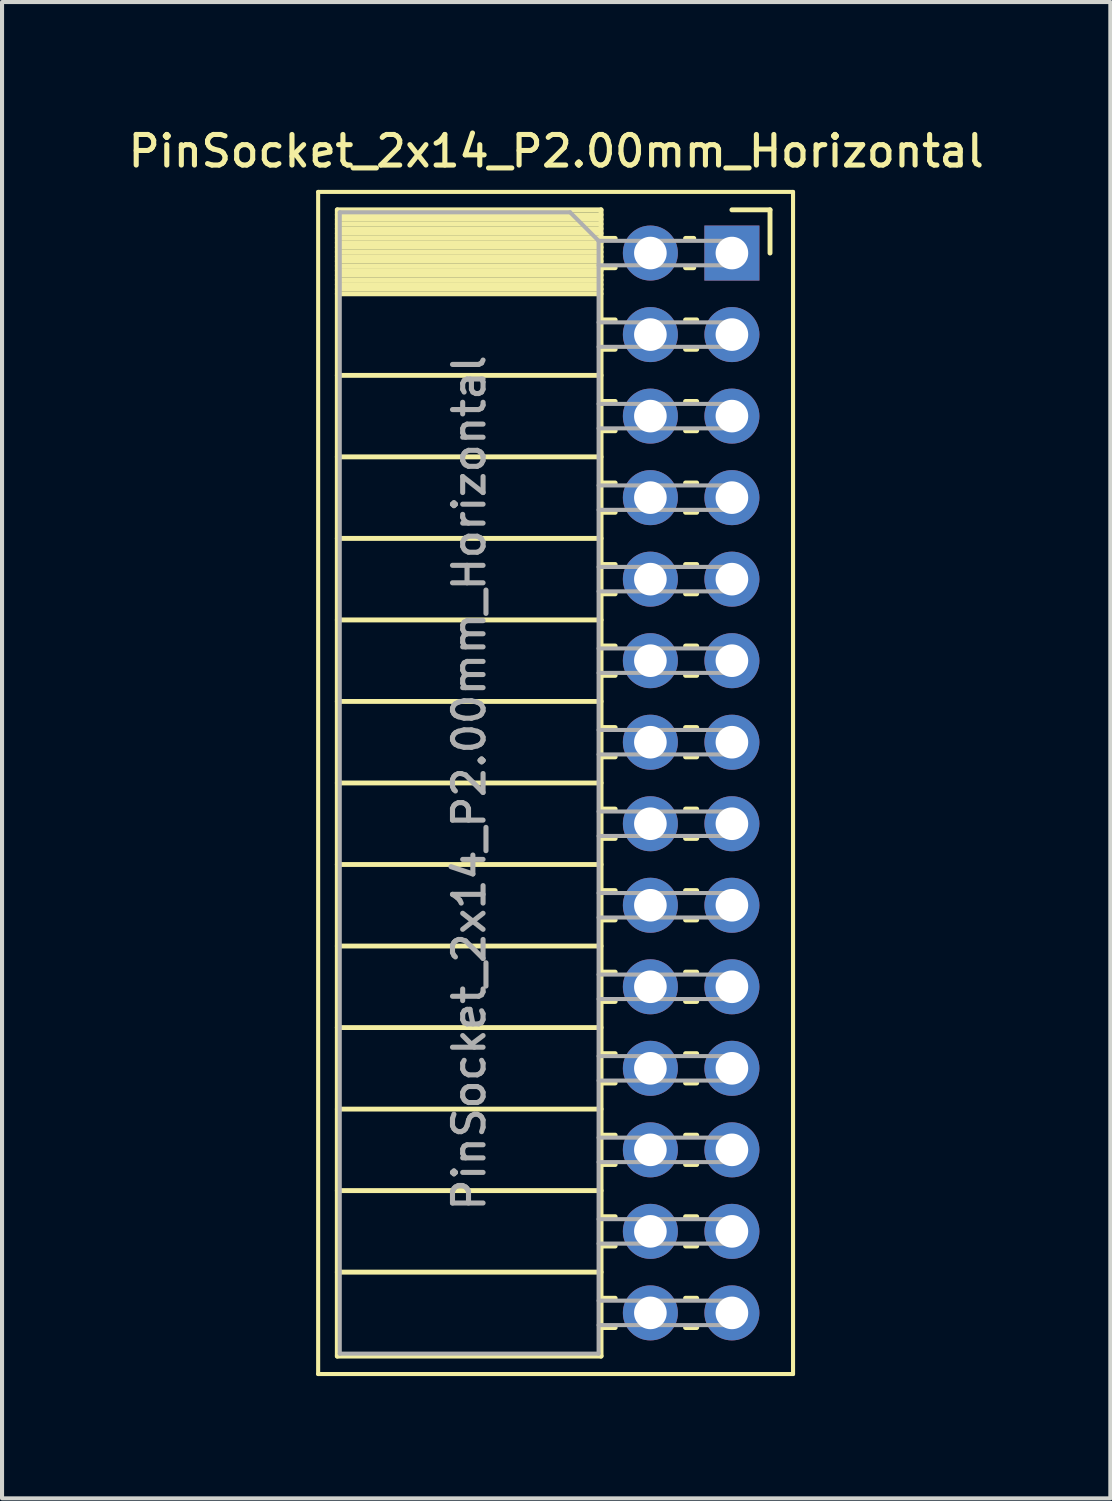
<source format=kicad_pcb>
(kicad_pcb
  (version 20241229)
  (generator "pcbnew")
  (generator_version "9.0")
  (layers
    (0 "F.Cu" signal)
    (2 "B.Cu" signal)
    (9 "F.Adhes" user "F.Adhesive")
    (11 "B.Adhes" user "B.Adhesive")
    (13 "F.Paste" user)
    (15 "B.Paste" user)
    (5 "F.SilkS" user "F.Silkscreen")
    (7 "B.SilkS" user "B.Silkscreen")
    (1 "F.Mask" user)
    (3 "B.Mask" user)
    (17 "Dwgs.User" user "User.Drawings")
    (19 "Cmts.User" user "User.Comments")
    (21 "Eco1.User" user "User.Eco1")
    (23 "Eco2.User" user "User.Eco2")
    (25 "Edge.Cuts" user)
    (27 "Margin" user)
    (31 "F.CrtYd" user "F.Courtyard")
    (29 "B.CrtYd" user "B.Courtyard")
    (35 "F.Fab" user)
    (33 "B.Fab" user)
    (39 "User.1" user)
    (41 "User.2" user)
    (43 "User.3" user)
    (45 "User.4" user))
  (footprint "PinSocket_2x14_P2.00mm_Horizontal"
    (layer "F.Cu")
    (at 14.905 3.158)
    (property "Reference" "PinSocket_2x14_P2.00mm_Horizontal" (at -4.31 -2.5 0) (layer "F.SilkS") (effects (font (size 0.75 0.75) (thickness 0.125))))
    (attr through_hole)
    (fp_line (start -10.15 -1.5) (end -10.15 27.5) (stroke (width 0.1) (type solid)) (layer "F.SilkS"))
    (fp_line (start -10.15 27.5) (end 1.5 27.5) (stroke (width 0.1) (type solid)) (layer "F.SilkS"))
    (fp_line (start -9.68 -1.06) (end -9.68 27.06) (stroke (width 0.12) (type solid)) (layer "F.SilkS"))
    (fp_line (start -9.68 -1.06) (end -3.21 -1.06) (stroke (width 0.12) (type solid)) (layer "F.SilkS"))
    (fp_line (start -9.68 -0.94) (end -3.21 -0.94) (stroke (width 0.12) (type solid)) (layer "F.SilkS"))
    (fp_line (start -9.68 -0.826) (end -3.21 -0.826) (stroke (width 0.12) (type solid)) (layer "F.SilkS"))
    (fp_line (start -9.68 -0.712) (end -3.21 -0.712) (stroke (width 0.12) (type solid)) (layer "F.SilkS"))
    (fp_line (start -9.68 -0.598) (end -3.21 -0.598) (stroke (width 0.12) (type solid)) (layer "F.SilkS"))
    (fp_line (start -9.68 -0.484) (end -3.21 -0.484) (stroke (width 0.12) (type solid)) (layer "F.SilkS"))
    (fp_line (start -9.68 -0.369) (end -3.21 -0.369) (stroke (width 0.12) (type solid)) (layer "F.SilkS"))
    (fp_line (start -9.68 -0.255) (end -3.21 -0.255) (stroke (width 0.12) (type solid)) (layer "F.SilkS"))
    (fp_line (start -9.68 -0.141) (end -3.21 -0.141) (stroke (width 0.12) (type solid)) (layer "F.SilkS"))
    (fp_line (start -9.68 -0.027) (end -3.21 -0.027) (stroke (width 0.12) (type solid)) (layer "F.SilkS"))
    (fp_line (start -9.68 0.087) (end -3.21 0.087) (stroke (width 0.12) (type solid)) (layer "F.SilkS"))
    (fp_line (start -9.68 0.201) (end -3.21 0.201) (stroke (width 0.12) (type solid)) (layer "F.SilkS"))
    (fp_line (start -9.68 0.315) (end -3.21 0.315) (stroke (width 0.12) (type solid)) (layer "F.SilkS"))
    (fp_line (start -9.68 0.429) (end -3.21 0.429) (stroke (width 0.12) (type solid)) (layer "F.SilkS"))
    (fp_line (start -9.68 0.544) (end -3.21 0.544) (stroke (width 0.12) (type solid)) (layer "F.SilkS"))
    (fp_line (start -9.68 0.658) (end -3.21 0.658) (stroke (width 0.12) (type solid)) (layer "F.SilkS"))
    (fp_line (start -9.68 0.772) (end -3.21 0.772) (stroke (width 0.12) (type solid)) (layer "F.SilkS"))
    (fp_line (start -9.68 0.886) (end -3.21 0.886) (stroke (width 0.12) (type solid)) (layer "F.SilkS"))
    (fp_line (start -9.68 1) (end -3.21 1) (stroke (width 0.12) (type solid)) (layer "F.SilkS"))
    (fp_line (start -9.68 3) (end -3.21 3) (stroke (width 0.12) (type solid)) (layer "F.SilkS"))
    (fp_line (start -9.68 5) (end -3.21 5) (stroke (width 0.12) (type solid)) (layer "F.SilkS"))
    (fp_line (start -9.68 7) (end -3.21 7) (stroke (width 0.12) (type solid)) (layer "F.SilkS"))
    (fp_line (start -9.68 9) (end -3.21 9) (stroke (width 0.12) (type solid)) (layer "F.SilkS"))
    (fp_line (start -9.68 11) (end -3.21 11) (stroke (width 0.12) (type solid)) (layer "F.SilkS"))
    (fp_line (start -9.68 13) (end -3.21 13) (stroke (width 0.12) (type solid)) (layer "F.SilkS"))
    (fp_line (start -9.68 15) (end -3.21 15) (stroke (width 0.12) (type solid)) (layer "F.SilkS"))
    (fp_line (start -9.68 17) (end -3.21 17) (stroke (width 0.12) (type solid)) (layer "F.SilkS"))
    (fp_line (start -9.68 19) (end -3.21 19) (stroke (width 0.12) (type solid)) (layer "F.SilkS"))
    (fp_line (start -9.68 21) (end -3.21 21) (stroke (width 0.12) (type solid)) (layer "F.SilkS"))
    (fp_line (start -9.68 23) (end -3.21 23) (stroke (width 0.12) (type solid)) (layer "F.SilkS"))
    (fp_line (start -9.68 25) (end -3.21 25) (stroke (width 0.12) (type solid)) (layer "F.SilkS"))
    (fp_line (start -9.68 27.06) (end -3.21 27.06) (stroke (width 0.12) (type solid)) (layer "F.SilkS"))
    (fp_line (start -3.21 -1.06) (end -3.21 27.06) (stroke (width 0.12) (type solid)) (layer "F.SilkS"))
    (fp_line (start -3.21 -0.36) (end -2.863 -0.36) (stroke (width 0.12) (type solid)) (layer "F.SilkS"))
    (fp_line (start -3.21 0.36) (end -2.863 0.36) (stroke (width 0.12) (type solid)) (layer "F.SilkS"))
    (fp_line (start -3.21 1.64) (end -2.863 1.64) (stroke (width 0.12) (type solid)) (layer "F.SilkS"))
    (fp_line (start -3.21 2.36) (end -2.863 2.36) (stroke (width 0.12) (type solid)) (layer "F.SilkS"))
    (fp_line (start -3.21 3.64) (end -2.863 3.64) (stroke (width 0.12) (type solid)) (layer "F.SilkS"))
    (fp_line (start -3.21 4.36) (end -2.863 4.36) (stroke (width 0.12) (type solid)) (layer "F.SilkS"))
    (fp_line (start -3.21 5.64) (end -2.863 5.64) (stroke (width 0.12) (type solid)) (layer "F.SilkS"))
    (fp_line (start -3.21 6.36) (end -2.863 6.36) (stroke (width 0.12) (type solid)) (layer "F.SilkS"))
    (fp_line (start -3.21 7.64) (end -2.863 7.64) (stroke (width 0.12) (type solid)) (layer "F.SilkS"))
    (fp_line (start -3.21 8.36) (end -2.863 8.36) (stroke (width 0.12) (type solid)) (layer "F.SilkS"))
    (fp_line (start -3.21 9.64) (end -2.863 9.64) (stroke (width 0.12) (type solid)) (layer "F.SilkS"))
    (fp_line (start -3.21 10.36) (end -2.863 10.36) (stroke (width 0.12) (type solid)) (layer "F.SilkS"))
    (fp_line (start -3.21 11.64) (end -2.863 11.64) (stroke (width 0.12) (type solid)) (layer "F.SilkS"))
    (fp_line (start -3.21 12.36) (end -2.863 12.36) (stroke (width 0.12) (type solid)) (layer "F.SilkS"))
    (fp_line (start -3.21 13.64) (end -2.863 13.64) (stroke (width 0.12) (type solid)) (layer "F.SilkS"))
    (fp_line (start -3.21 14.36) (end -2.863 14.36) (stroke (width 0.12) (type solid)) (layer "F.SilkS"))
    (fp_line (start -3.21 15.64) (end -2.863 15.64) (stroke (width 0.12) (type solid)) (layer "F.SilkS"))
    (fp_line (start -3.21 16.36) (end -2.863 16.36) (stroke (width 0.12) (type solid)) (layer "F.SilkS"))
    (fp_line (start -3.21 17.64) (end -2.863 17.64) (stroke (width 0.12) (type solid)) (layer "F.SilkS"))
    (fp_line (start -3.21 18.36) (end -2.863 18.36) (stroke (width 0.12) (type solid)) (layer "F.SilkS"))
    (fp_line (start -3.21 19.64) (end -2.863 19.64) (stroke (width 0.12) (type solid)) (layer "F.SilkS"))
    (fp_line (start -3.21 20.36) (end -2.863 20.36) (stroke (width 0.12) (type solid)) (layer "F.SilkS"))
    (fp_line (start -3.21 21.64) (end -2.863 21.64) (stroke (width 0.12) (type solid)) (layer "F.SilkS"))
    (fp_line (start -3.21 22.36) (end -2.863 22.36) (stroke (width 0.12) (type solid)) (layer "F.SilkS"))
    (fp_line (start -3.21 23.64) (end -2.863 23.64) (stroke (width 0.12) (type solid)) (layer "F.SilkS"))
    (fp_line (start -3.21 24.36) (end -2.863 24.36) (stroke (width 0.12) (type solid)) (layer "F.SilkS"))
    (fp_line (start -3.21 25.64) (end -2.863 25.64) (stroke (width 0.12) (type solid)) (layer "F.SilkS"))
    (fp_line (start -3.21 26.36) (end -2.863 26.36) (stroke (width 0.12) (type solid)) (layer "F.SilkS"))
    (fp_line (start -1.137 -0.36) (end -0.935 -0.36) (stroke (width 0.12) (type solid)) (layer "F.SilkS"))
    (fp_line (start -1.137 0.36) (end -0.935 0.36) (stroke (width 0.12) (type solid)) (layer "F.SilkS"))
    (fp_line (start -1.137 1.64) (end -0.863 1.64) (stroke (width 0.12) (type solid)) (layer "F.SilkS"))
    (fp_line (start -1.137 2.36) (end -0.863 2.36) (stroke (width 0.12) (type solid)) (layer "F.SilkS"))
    (fp_line (start -1.137 3.64) (end -0.863 3.64) (stroke (width 0.12) (type solid)) (layer "F.SilkS"))
    (fp_line (start -1.137 4.36) (end -0.863 4.36) (stroke (width 0.12) (type solid)) (layer "F.SilkS"))
    (fp_line (start -1.137 5.64) (end -0.863 5.64) (stroke (width 0.12) (type solid)) (layer "F.SilkS"))
    (fp_line (start -1.137 6.36) (end -0.863 6.36) (stroke (width 0.12) (type solid)) (layer "F.SilkS"))
    (fp_line (start -1.137 7.64) (end -0.863 7.64) (stroke (width 0.12) (type solid)) (layer "F.SilkS"))
    (fp_line (start -1.137 8.36) (end -0.863 8.36) (stroke (width 0.12) (type solid)) (layer "F.SilkS"))
    (fp_line (start -1.137 9.64) (end -0.863 9.64) (stroke (width 0.12) (type solid)) (layer "F.SilkS"))
    (fp_line (start -1.137 10.36) (end -0.863 10.36) (stroke (width 0.12) (type solid)) (layer "F.SilkS"))
    (fp_line (start -1.137 11.64) (end -0.863 11.64) (stroke (width 0.12) (type solid)) (layer "F.SilkS"))
    (fp_line (start -1.137 12.36) (end -0.863 12.36) (stroke (width 0.12) (type solid)) (layer "F.SilkS"))
    (fp_line (start -1.137 13.64) (end -0.863 13.64) (stroke (width 0.12) (type solid)) (layer "F.SilkS"))
    (fp_line (start -1.137 14.36) (end -0.863 14.36) (stroke (width 0.12) (type solid)) (layer "F.SilkS"))
    (fp_line (start -1.137 15.64) (end -0.863 15.64) (stroke (width 0.12) (type solid)) (layer "F.SilkS"))
    (fp_line (start -1.137 16.36) (end -0.863 16.36) (stroke (width 0.12) (type solid)) (layer "F.SilkS"))
    (fp_line (start -1.137 17.64) (end -0.863 17.64) (stroke (width 0.12) (type solid)) (layer "F.SilkS"))
    (fp_line (start -1.137 18.36) (end -0.863 18.36) (stroke (width 0.12) (type solid)) (layer "F.SilkS"))
    (fp_line (start -1.137 19.64) (end -0.863 19.64) (stroke (width 0.12) (type solid)) (layer "F.SilkS"))
    (fp_line (start -1.137 20.36) (end -0.863 20.36) (stroke (width 0.12) (type solid)) (layer "F.SilkS"))
    (fp_line (start -1.137 21.64) (end -0.863 21.64) (stroke (width 0.12) (type solid)) (layer "F.SilkS"))
    (fp_line (start -1.137 22.36) (end -0.863 22.36) (stroke (width 0.12) (type solid)) (layer "F.SilkS"))
    (fp_line (start -1.137 23.64) (end -0.863 23.64) (stroke (width 0.12) (type solid)) (layer "F.SilkS"))
    (fp_line (start -1.137 24.36) (end -0.863 24.36) (stroke (width 0.12) (type solid)) (layer "F.SilkS"))
    (fp_line (start -1.137 25.64) (end -0.863 25.64) (stroke (width 0.12) (type solid)) (layer "F.SilkS"))
    (fp_line (start -1.137 26.36) (end -0.863 26.36) (stroke (width 0.12) (type solid)) (layer "F.SilkS"))
    (fp_line (start 0 -1.06) (end 0.935 -1.06) (stroke (width 0.12) (type solid)) (layer "F.SilkS"))
    (fp_line (start 0.935 -1.06) (end 0.935 0) (stroke (width 0.12) (type solid)) (layer "F.SilkS"))
    (fp_line (start 1.5 -1.5) (end -10.15 -1.5) (stroke (width 0.1) (type solid)) (layer "F.SilkS"))
    (fp_line (start 1.5 27.5) (end 1.5 -1.5) (stroke (width 0.1) (type solid)) (layer "F.SilkS"))
    (fp_line (start -9.62 -1) (end -3.97 -1) (stroke (width 0.1) (type solid)) (layer "F.Fab"))
    (fp_line (start -9.62 27) (end -9.62 -1) (stroke (width 0.1) (type solid)) (layer "F.Fab"))
    (fp_line (start -3.97 -1) (end -3.27 -0.3) (stroke (width 0.1) (type solid)) (layer "F.Fab"))
    (fp_line (start -3.27 -0.3) (end -3.27 27) (stroke (width 0.1) (type solid)) (layer "F.Fab"))
    (fp_line (start -3.27 0.3) (end 0 0.3) (stroke (width 0.1) (type solid)) (layer "F.Fab"))
    (fp_line (start -3.27 2.3) (end 0 2.3) (stroke (width 0.1) (type solid)) (layer "F.Fab"))
    (fp_line (start -3.27 4.3) (end 0 4.3) (stroke (width 0.1) (type solid)) (layer "F.Fab"))
    (fp_line (start -3.27 6.3) (end 0 6.3) (stroke (width 0.1) (type solid)) (layer "F.Fab"))
    (fp_line (start -3.27 8.3) (end 0 8.3) (stroke (width 0.1) (type solid)) (layer "F.Fab"))
    (fp_line (start -3.27 10.3) (end 0 10.3) (stroke (width 0.1) (type solid)) (layer "F.Fab"))
    (fp_line (start -3.27 12.3) (end 0 12.3) (stroke (width 0.1) (type solid)) (layer "F.Fab"))
    (fp_line (start -3.27 14.3) (end 0 14.3) (stroke (width 0.1) (type solid)) (layer "F.Fab"))
    (fp_line (start -3.27 16.3) (end 0 16.3) (stroke (width 0.1) (type solid)) (layer "F.Fab"))
    (fp_line (start -3.27 18.3) (end 0 18.3) (stroke (width 0.1) (type solid)) (layer "F.Fab"))
    (fp_line (start -3.27 20.3) (end 0 20.3) (stroke (width 0.1) (type solid)) (layer "F.Fab"))
    (fp_line (start -3.27 22.3) (end 0 22.3) (stroke (width 0.1) (type solid)) (layer "F.Fab"))
    (fp_line (start -3.27 24.3) (end 0 24.3) (stroke (width 0.1) (type solid)) (layer "F.Fab"))
    (fp_line (start -3.27 26.3) (end 0 26.3) (stroke (width 0.1) (type solid)) (layer "F.Fab"))
    (fp_line (start -3.27 27) (end -9.62 27) (stroke (width 0.1) (type solid)) (layer "F.Fab"))
    (fp_line (start 0 -0.3) (end -3.27 -0.3) (stroke (width 0.1) (type solid)) (layer "F.Fab"))
    (fp_line (start 0 0.3) (end 0 -0.3) (stroke (width 0.1) (type solid)) (layer "F.Fab"))
    (fp_line (start 0 1.7) (end -3.27 1.7) (stroke (width 0.1) (type solid)) (layer "F.Fab"))
    (fp_line (start 0 2.3) (end 0 1.7) (stroke (width 0.1) (type solid)) (layer "F.Fab"))
    (fp_line (start 0 3.7) (end -3.27 3.7) (stroke (width 0.1) (type solid)) (layer "F.Fab"))
    (fp_line (start 0 4.3) (end 0 3.7) (stroke (width 0.1) (type solid)) (layer "F.Fab"))
    (fp_line (start 0 5.7) (end -3.27 5.7) (stroke (width 0.1) (type solid)) (layer "F.Fab"))
    (fp_line (start 0 6.3) (end 0 5.7) (stroke (width 0.1) (type solid)) (layer "F.Fab"))
    (fp_line (start 0 7.7) (end -3.27 7.7) (stroke (width 0.1) (type solid)) (layer "F.Fab"))
    (fp_line (start 0 8.3) (end 0 7.7) (stroke (width 0.1) (type solid)) (layer "F.Fab"))
    (fp_line (start 0 9.7) (end -3.27 9.7) (stroke (width 0.1) (type solid)) (layer "F.Fab"))
    (fp_line (start 0 10.3) (end 0 9.7) (stroke (width 0.1) (type solid)) (layer "F.Fab"))
    (fp_line (start 0 11.7) (end -3.27 11.7) (stroke (width 0.1) (type solid)) (layer "F.Fab"))
    (fp_line (start 0 12.3) (end 0 11.7) (stroke (width 0.1) (type solid)) (layer "F.Fab"))
    (fp_line (start 0 13.7) (end -3.27 13.7) (stroke (width 0.1) (type solid)) (layer "F.Fab"))
    (fp_line (start 0 14.3) (end 0 13.7) (stroke (width 0.1) (type solid)) (layer "F.Fab"))
    (fp_line (start 0 15.7) (end -3.27 15.7) (stroke (width 0.1) (type solid)) (layer "F.Fab"))
    (fp_line (start 0 16.3) (end 0 15.7) (stroke (width 0.1) (type solid)) (layer "F.Fab"))
    (fp_line (start 0 17.7) (end -3.27 17.7) (stroke (width 0.1) (type solid)) (layer "F.Fab"))
    (fp_line (start 0 18.3) (end 0 17.7) (stroke (width 0.1) (type solid)) (layer "F.Fab"))
    (fp_line (start 0 19.7) (end -3.27 19.7) (stroke (width 0.1) (type solid)) (layer "F.Fab"))
    (fp_line (start 0 20.3) (end 0 19.7) (stroke (width 0.1) (type solid)) (layer "F.Fab"))
    (fp_line (start 0 21.7) (end -3.27 21.7) (stroke (width 0.1) (type solid)) (layer "F.Fab"))
    (fp_line (start 0 22.3) (end 0 21.7) (stroke (width 0.1) (type solid)) (layer "F.Fab"))
    (fp_line (start 0 23.7) (end -3.27 23.7) (stroke (width 0.1) (type solid)) (layer "F.Fab"))
    (fp_line (start 0 24.3) (end 0 23.7) (stroke (width 0.1) (type solid)) (layer "F.Fab"))
    (fp_line (start 0 25.7) (end -3.27 25.7) (stroke (width 0.1) (type solid)) (layer "F.Fab"))
    (fp_line (start 0 26.3) (end 0 25.7) (stroke (width 0.1) (type solid)) (layer "F.Fab"))
    (fp_text user "${REFERENCE}" (at -6.445 13 90) (layer "F.Fab") (effects (font (size 0.75 0.75) (thickness 0.125))))
    (pad "1" thru_hole rect (at 0 0) (size 1.35 1.35) (drill 0.8) (layers "*.Cu" "*.Mask"))
    (pad "2" thru_hole oval (at -2 0) (size 1.35 1.35) (drill 0.8) (layers "*.Cu" "*.Mask"))
    (pad "3" thru_hole oval (at 0 2) (size 1.35 1.35) (drill 0.8) (layers "*.Cu" "*.Mask"))
    (pad "4" thru_hole oval (at -2 2) (size 1.35 1.35) (drill 0.8) (layers "*.Cu" "*.Mask"))
    (pad "5" thru_hole oval (at 0 4) (size 1.35 1.35) (drill 0.8) (layers "*.Cu" "*.Mask"))
    (pad "6" thru_hole oval (at -2 4) (size 1.35 1.35) (drill 0.8) (layers "*.Cu" "*.Mask"))
    (pad "7" thru_hole oval (at 0 6) (size 1.35 1.35) (drill 0.8) (layers "*.Cu" "*.Mask"))
    (pad "8" thru_hole oval (at -2 6) (size 1.35 1.35) (drill 0.8) (layers "*.Cu" "*.Mask"))
    (pad "9" thru_hole oval (at 0 8) (size 1.35 1.35) (drill 0.8) (layers "*.Cu" "*.Mask"))
    (pad "10" thru_hole oval (at -2 8) (size 1.35 1.35) (drill 0.8) (layers "*.Cu" "*.Mask"))
    (pad "11" thru_hole oval (at 0 10) (size 1.35 1.35) (drill 0.8) (layers "*.Cu" "*.Mask"))
    (pad "12" thru_hole oval (at -2 10) (size 1.35 1.35) (drill 0.8) (layers "*.Cu" "*.Mask"))
    (pad "13" thru_hole oval (at 0 12) (size 1.35 1.35) (drill 0.8) (layers "*.Cu" "*.Mask"))
    (pad "14" thru_hole oval (at -2 12) (size 1.35 1.35) (drill 0.8) (layers "*.Cu" "*.Mask"))
    (pad "15" thru_hole oval (at 0 14) (size 1.35 1.35) (drill 0.8) (layers "*.Cu" "*.Mask"))
    (pad "16" thru_hole oval (at -2 14) (size 1.35 1.35) (drill 0.8) (layers "*.Cu" "*.Mask"))
    (pad "17" thru_hole oval (at 0 16) (size 1.35 1.35) (drill 0.8) (layers "*.Cu" "*.Mask"))
    (pad "18" thru_hole oval (at -2 16) (size 1.35 1.35) (drill 0.8) (layers "*.Cu" "*.Mask"))
    (pad "19" thru_hole oval (at 0 18) (size 1.35 1.35) (drill 0.8) (layers "*.Cu" "*.Mask"))
    (pad "20" thru_hole oval (at -2 18) (size 1.35 1.35) (drill 0.8) (layers "*.Cu" "*.Mask"))
    (pad "21" thru_hole oval (at 0 20) (size 1.35 1.35) (drill 0.8) (layers "*.Cu" "*.Mask"))
    (pad "22" thru_hole oval (at -2 20) (size 1.35 1.35) (drill 0.8) (layers "*.Cu" "*.Mask"))
    (pad "23" thru_hole oval (at 0 22) (size 1.35 1.35) (drill 0.8) (layers "*.Cu" "*.Mask"))
    (pad "24" thru_hole oval (at -2 22) (size 1.35 1.35) (drill 0.8) (layers "*.Cu" "*.Mask"))
    (pad "25" thru_hole oval (at 0 24) (size 1.35 1.35) (drill 0.8) (layers "*.Cu" "*.Mask"))
    (pad "26" thru_hole oval (at -2 24) (size 1.35 1.35) (drill 0.8) (layers "*.Cu" "*.Mask"))
    (pad "27" thru_hole oval (at 0 26) (size 1.35 1.35) (drill 0.8) (layers "*.Cu" "*.Mask"))
    (pad "28" thru_hole oval (at -2 26) (size 1.35 1.35) (drill 0.8) (layers "*.Cu" "*.Mask")))
  (gr_rect
    (start -3 -3)
    (end 24.189 33.708)
    (stroke (width 0.1) (type default))
    (fill no)
    (layer "Edge.Cuts")))
</source>
